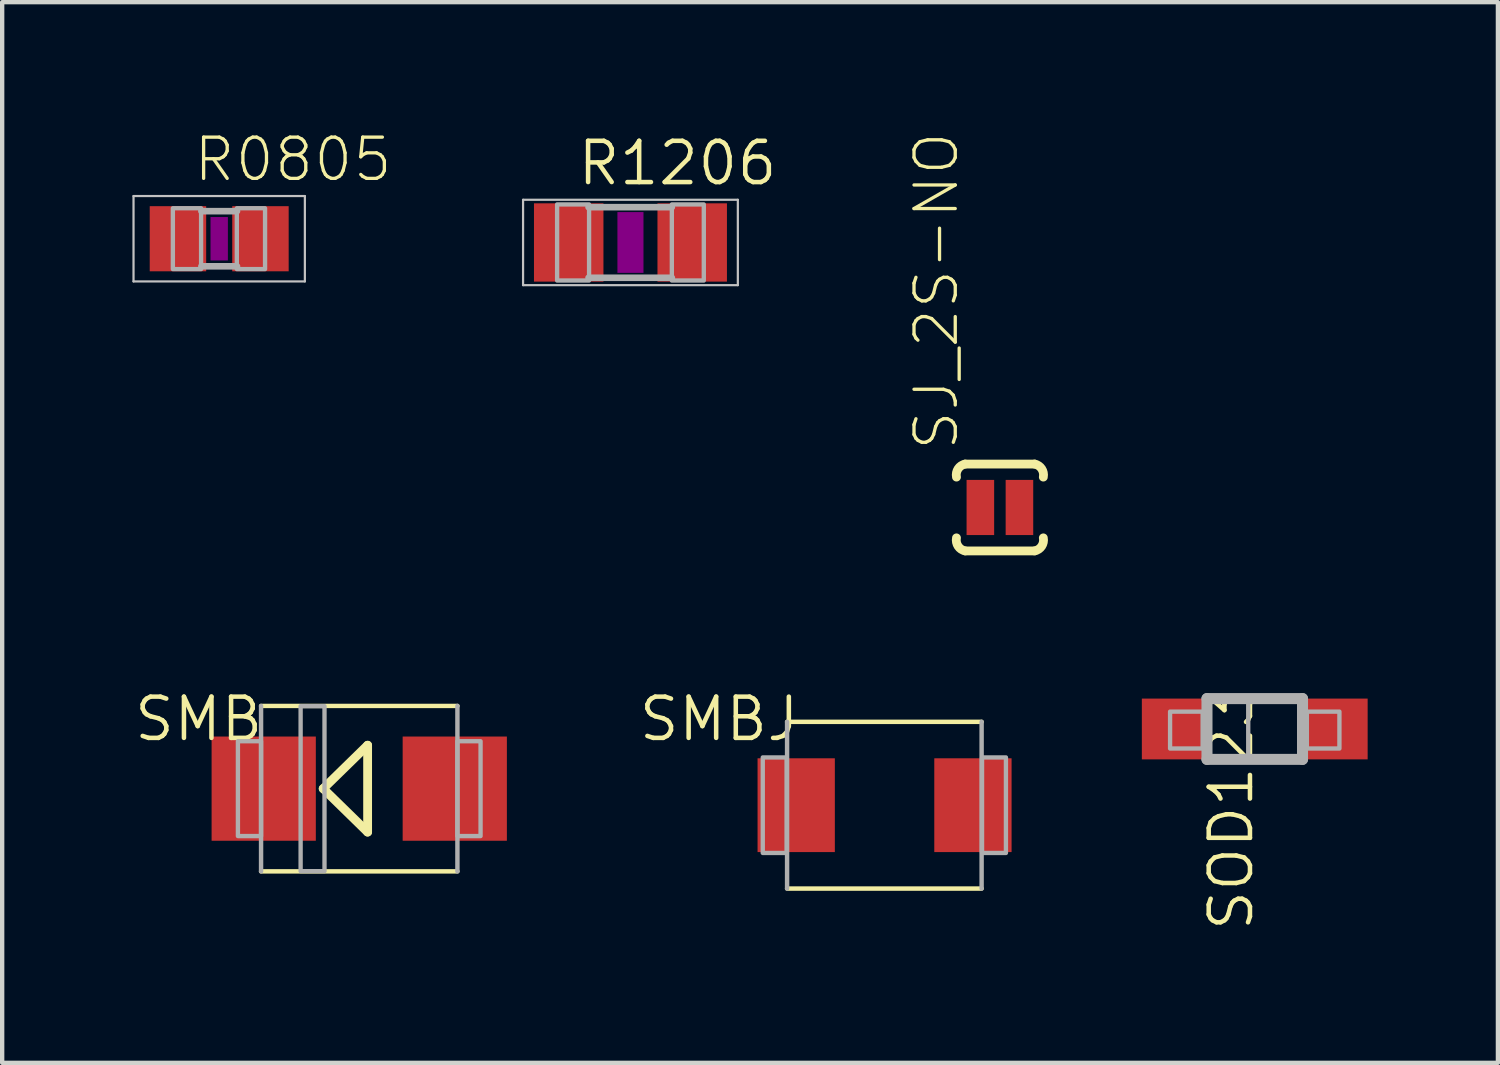
<source format=kicad_pcb>
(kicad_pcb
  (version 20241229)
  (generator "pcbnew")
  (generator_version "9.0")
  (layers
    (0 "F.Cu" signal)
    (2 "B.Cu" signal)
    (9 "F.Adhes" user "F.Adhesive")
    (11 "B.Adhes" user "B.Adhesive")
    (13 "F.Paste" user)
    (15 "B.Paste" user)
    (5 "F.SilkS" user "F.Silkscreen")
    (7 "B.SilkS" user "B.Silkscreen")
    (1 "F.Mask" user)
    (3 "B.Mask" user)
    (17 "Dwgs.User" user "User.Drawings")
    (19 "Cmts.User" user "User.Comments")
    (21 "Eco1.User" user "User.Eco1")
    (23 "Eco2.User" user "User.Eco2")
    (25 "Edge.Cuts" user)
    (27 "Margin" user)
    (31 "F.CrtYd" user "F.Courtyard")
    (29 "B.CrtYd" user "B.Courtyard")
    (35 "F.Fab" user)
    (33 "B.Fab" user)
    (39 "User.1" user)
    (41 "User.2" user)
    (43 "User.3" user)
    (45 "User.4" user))
  (footprint "SJ_2S-NO"
    (layer "F.Cu")
    (at 19.977 8.637)
    (property "Reference" "SJ_2S-NO" (at -0.908 -1.27 90) (layer "F.SilkS") (effects (font (size 0.95 0.95) (thickness 0.076)) (justify left bottom)))
    (attr through_hole)
    (fp_line (start -0.8 -1) (end 0.8 -1) (stroke (width 0.203) (type solid)) (layer "F.SilkS"))
    (fp_line (start 0.8 1) (end -0.8 1) (stroke (width 0.203) (type solid)) (layer "F.SilkS"))
    (fp_arc (start -1 -0.7) (mid -0.962132 -0.891421) (end -0.8 -1) (stroke (width 0.2032) (type solid)) (layer "F.SilkS"))
    (fp_arc (start -0.8 1) (mid -0.962132 0.891421) (end -1 0.7) (stroke (width 0.2032) (type solid)) (layer "F.SilkS"))
    (fp_arc (start 0.8 -1) (mid 0.962132 -0.891421) (end 1 -0.7) (stroke (width 0.2032) (type solid)) (layer "F.SilkS"))
    (fp_arc (start 1 0.7) (mid 0.962132 0.891421) (end 0.8 1) (stroke (width 0.2032) (type solid)) (layer "F.SilkS"))
    (pad "1" smd rect (at -0.45 0) (size 0.635 1.27) (layers "F.Cu" "F.Mask"))
    (pad "2" smd rect (at 0.45 0) (size 0.635 1.27) (layers "F.Cu" "F.Mask")))
  (footprint "R0805"
    (layer "F.Cu")
    (at 1.998 2.448)
    (property "Reference" "R0805" (at -0.635 -1.27 0) (layer "F.SilkS") (effects (font (size 0.95 0.95) (thickness 0.076)) (justify left bottom)))
    (attr through_hole)
    (fp_poly (pts (xy -0.2 0.5) (xy 0.2 0.5) (xy 0.2 -0.5) (xy -0.2 -0.5)) (stroke (width 0) (type solid)) (fill yes) (layer "F.Adhes"))
    (fp_line (start -1.973 -0.983) (end 1.973 -0.983) (stroke (width 0.051) (type solid)) (layer "Dwgs.User"))
    (fp_line (start -1.973 0.983) (end -1.973 -0.983) (stroke (width 0.051) (type solid)) (layer "Dwgs.User"))
    (fp_line (start 1.973 -0.983) (end 1.973 0.983) (stroke (width 0.051) (type solid)) (layer "Dwgs.User"))
    (fp_line (start 1.973 0.983) (end -1.973 0.983) (stroke (width 0.051) (type solid)) (layer "Dwgs.User"))
    (fp_line (start -0.41 -0.635) (end 0.41 -0.635) (stroke (width 0.152) (type solid)) (layer "F.Fab"))
    (fp_line (start -0.41 0.635) (end 0.41 0.635) (stroke (width 0.152) (type solid)) (layer "F.Fab"))
    (fp_poly (pts (xy -1.067 0.699) (xy -0.417 0.699) (xy -0.417 -0.702) (xy -1.067 -0.702)) (stroke (width 0.1) (type solid)) (fill no) (layer "F.Fab"))
    (fp_poly (pts (xy 0.406 0.699) (xy 1.056 0.699) (xy 1.056 -0.702) (xy 0.406 -0.702)) (stroke (width 0.1) (type solid)) (fill no) (layer "F.Fab"))
    (pad "1" smd rect (at -0.95 0) (size 1.3 1.5) (layers "F.Cu" "F.Mask" "F.Paste"))
    (pad "2" smd rect (at 0.95 0) (size 1.3 1.5) (layers "F.Cu" "F.Mask" "F.Paste")))
  (footprint "R1206"
    (layer "F.Cu")
    (at 11.469 2.534)
    (property "Reference" "R1206" (at -1.27 -1.27 180) (layer "F.SilkS") (effects (font (size 0.95 0.95) (thickness 0.104)) (justify left bottom)))
    (attr through_hole)
    (fp_poly (pts (xy -0.3 0.7) (xy 0.3 0.7) (xy 0.3 -0.7) (xy -0.3 -0.7)) (stroke (width 0) (type solid)) (fill yes) (layer "F.Adhes"))
    (fp_line (start -2.473 -0.983) (end 2.473 -0.983) (stroke (width 0.051) (type solid)) (layer "Dwgs.User"))
    (fp_line (start -2.473 0.983) (end -2.473 -0.983) (stroke (width 0.051) (type solid)) (layer "Dwgs.User"))
    (fp_line (start 2.473 -0.983) (end 2.473 0.983) (stroke (width 0.051) (type solid)) (layer "Dwgs.User"))
    (fp_line (start 2.473 0.983) (end -2.473 0.983) (stroke (width 0.051) (type solid)) (layer "Dwgs.User"))
    (fp_line (start 0.953 -0.813) (end -0.965 -0.813) (stroke (width 0.152) (type solid)) (layer "F.Fab"))
    (fp_line (start 0.953 0.813) (end -0.965 0.813) (stroke (width 0.152) (type solid)) (layer "F.Fab"))
    (fp_poly (pts (xy -1.689 0.876) (xy -0.953 0.876) (xy -0.953 -0.876) (xy -1.689 -0.876)) (stroke (width 0.1) (type solid)) (fill no) (layer "F.Fab"))
    (fp_poly (pts (xy 0.953 0.876) (xy 1.689 0.876) (xy 1.689 -0.876) (xy 0.953 -0.876)) (stroke (width 0.1) (type solid)) (fill no) (layer "F.Fab"))
    (pad "1" smd rect (at -1.422 0) (size 1.6 1.803) (layers "F.Cu" "F.Mask" "F.Paste"))
    (pad "2" smd rect (at 1.422 0) (size 1.6 1.803) (layers "F.Cu" "F.Mask" "F.Paste")))
  (footprint "SOD123"
    (layer "F.Cu")
    (at 25.846 13.738)
    (property "Reference" "SOD123" (at -1.1 -1 270) (layer "F.SilkS") (effects (font (size 0.95 0.95) (thickness 0.104)) (justify right top)))
    (attr through_hole)
    (fp_line (start -1.1 -0.7) (end 1.1 -0.7) (stroke (width 0.254) (type solid)) (layer "F.Fab"))
    (fp_line (start -1.1 0.7) (end -1.1 -0.7) (stroke (width 0.254) (type solid)) (layer "F.Fab"))
    (fp_line (start 1.1 -0.7) (end 1.1 0.7) (stroke (width 0.254) (type solid)) (layer "F.Fab"))
    (fp_line (start 1.1 0.7) (end -1.1 0.7) (stroke (width 0.254) (type solid)) (layer "F.Fab"))
    (fp_poly (pts (xy -1.95 0.45) (xy -1.2 0.45) (xy -1.2 -0.4) (xy -1.95 -0.4)) (stroke (width 0.1) (type solid)) (fill no) (layer "F.Fab"))
    (fp_poly (pts (xy -1.05 0.65) (xy -0.15 0.65) (xy -0.15 -0.7) (xy -1.05 -0.7)) (stroke (width 0.1) (type solid)) (fill no) (layer "F.Fab"))
    (fp_poly (pts (xy 1.2 0.45) (xy 1.95 0.45) (xy 1.95 -0.4) (xy 1.2 -0.4)) (stroke (width 0.1) (type solid)) (fill no) (layer "F.Fab"))
    (pad "A" smd rect (at 1.9 0) (size 1.4 1.4) (layers "F.Cu" "F.Mask" "F.Paste"))
    (pad "C" smd rect (at -1.9 0) (size 1.4 1.4) (layers "F.Cu" "F.Mask" "F.Paste")))
  (footprint "SMBJ"
    (layer "F.Cu")
    (at 17.316 15.493)
    (property "Reference" "SMBJ" (at -1.905 -2.54 180) (layer "F.SilkS") (effects (font (size 0.95 0.95) (thickness 0.104)) (justify right top)))
    (attr through_hole)
    (fp_line (start -2.24 -1.92) (end 2.24 -1.92) (stroke (width 0.102) (type solid)) (layer "F.SilkS"))
    (fp_line (start 2.24 1.92) (end -2.24 1.92) (stroke (width 0.102) (type solid)) (layer "F.SilkS"))
    (fp_line (start -2.24 1.92) (end -2.24 -1.92) (stroke (width 0.102) (type solid)) (layer "F.Fab"))
    (fp_line (start 2.24 -1.92) (end 2.24 1.92) (stroke (width 0.102) (type solid)) (layer "F.Fab"))
    (fp_poly (pts (xy -2.8 1.1) (xy -2.25 1.1) (xy -2.25 -1.1) (xy -2.8 -1.1)) (stroke (width 0.1) (type solid)) (fill no) (layer "F.Fab"))
    (fp_poly (pts (xy 2.25 1.1) (xy 2.8 1.1) (xy 2.8 -1.1) (xy 2.25 -1.1)) (stroke (width 0.1) (type solid)) (fill no) (layer "F.Fab"))
    (pad "A" smd rect (at 2.04 0 180) (size 1.78 2.16) (layers "F.Cu" "F.Mask" "F.Paste"))
    (pad "C" smd rect (at -2.03 0) (size 1.78 2.16) (layers "F.Cu" "F.Mask" "F.Paste")))
  (footprint "SMB"
    (layer "F.Cu")
    (at 5.223 15.112)
    (property "Reference" "SMB" (at -2.159 -2.159 180) (layer "F.SilkS") (effects (font (size 0.95 0.95) (thickness 0.104)) (justify right top)))
    (attr through_hole)
    (fp_line (start -2.261 -1.905) (end 2.261 -1.905) (stroke (width 0.102) (type solid)) (layer "F.SilkS"))
    (fp_line (start -2.261 1.905) (end 2.261 1.905) (stroke (width 0.102) (type solid)) (layer "F.SilkS"))
    (fp_line (start -0.83 0) (end 0.193 1) (stroke (width 0.203) (type solid)) (layer "F.SilkS"))
    (fp_line (start 0.193 -1) (end -0.83 0) (stroke (width 0.203) (type solid)) (layer "F.SilkS"))
    (fp_line (start 0.193 1) (end 0.193 -1) (stroke (width 0.203) (type solid)) (layer "F.SilkS"))
    (fp_line (start -2.261 1.905) (end -2.261 -1.905) (stroke (width 0.102) (type solid)) (layer "F.Fab"))
    (fp_line (start 2.261 1.905) (end 2.261 -1.905) (stroke (width 0.102) (type solid)) (layer "F.Fab"))
    (fp_poly (pts (xy -2.794 1.092) (xy -2.261 1.092) (xy -2.261 -1.092) (xy -2.794 -1.092)) (stroke (width 0.1) (type solid)) (fill no) (layer "F.Fab"))
    (fp_poly (pts (xy -1.35 1.9) (xy -0.8 1.9) (xy -0.8 -1.9) (xy -1.35 -1.9)) (stroke (width 0.1) (type solid)) (fill no) (layer "F.Fab"))
    (fp_poly (pts (xy 2.261 1.092) (xy 2.794 1.092) (xy 2.794 -1.092) (xy 2.261 -1.092)) (stroke (width 0.1) (type solid)) (fill no) (layer "F.Fab"))
    (pad "A" smd rect (at 2.2 0) (size 2.4 2.4) (layers "F.Cu" "F.Mask" "F.Paste"))
    (pad "C" smd rect (at -2.2 0) (size 2.4 2.4) (layers "F.Cu" "F.Mask" "F.Paste")))
  (gr_rect
    (start -3 -3)
    (end 31.446 21.426)
    (stroke (width 0.1) (type default))
    (fill no)
    (layer "Edge.Cuts")))
</source>
